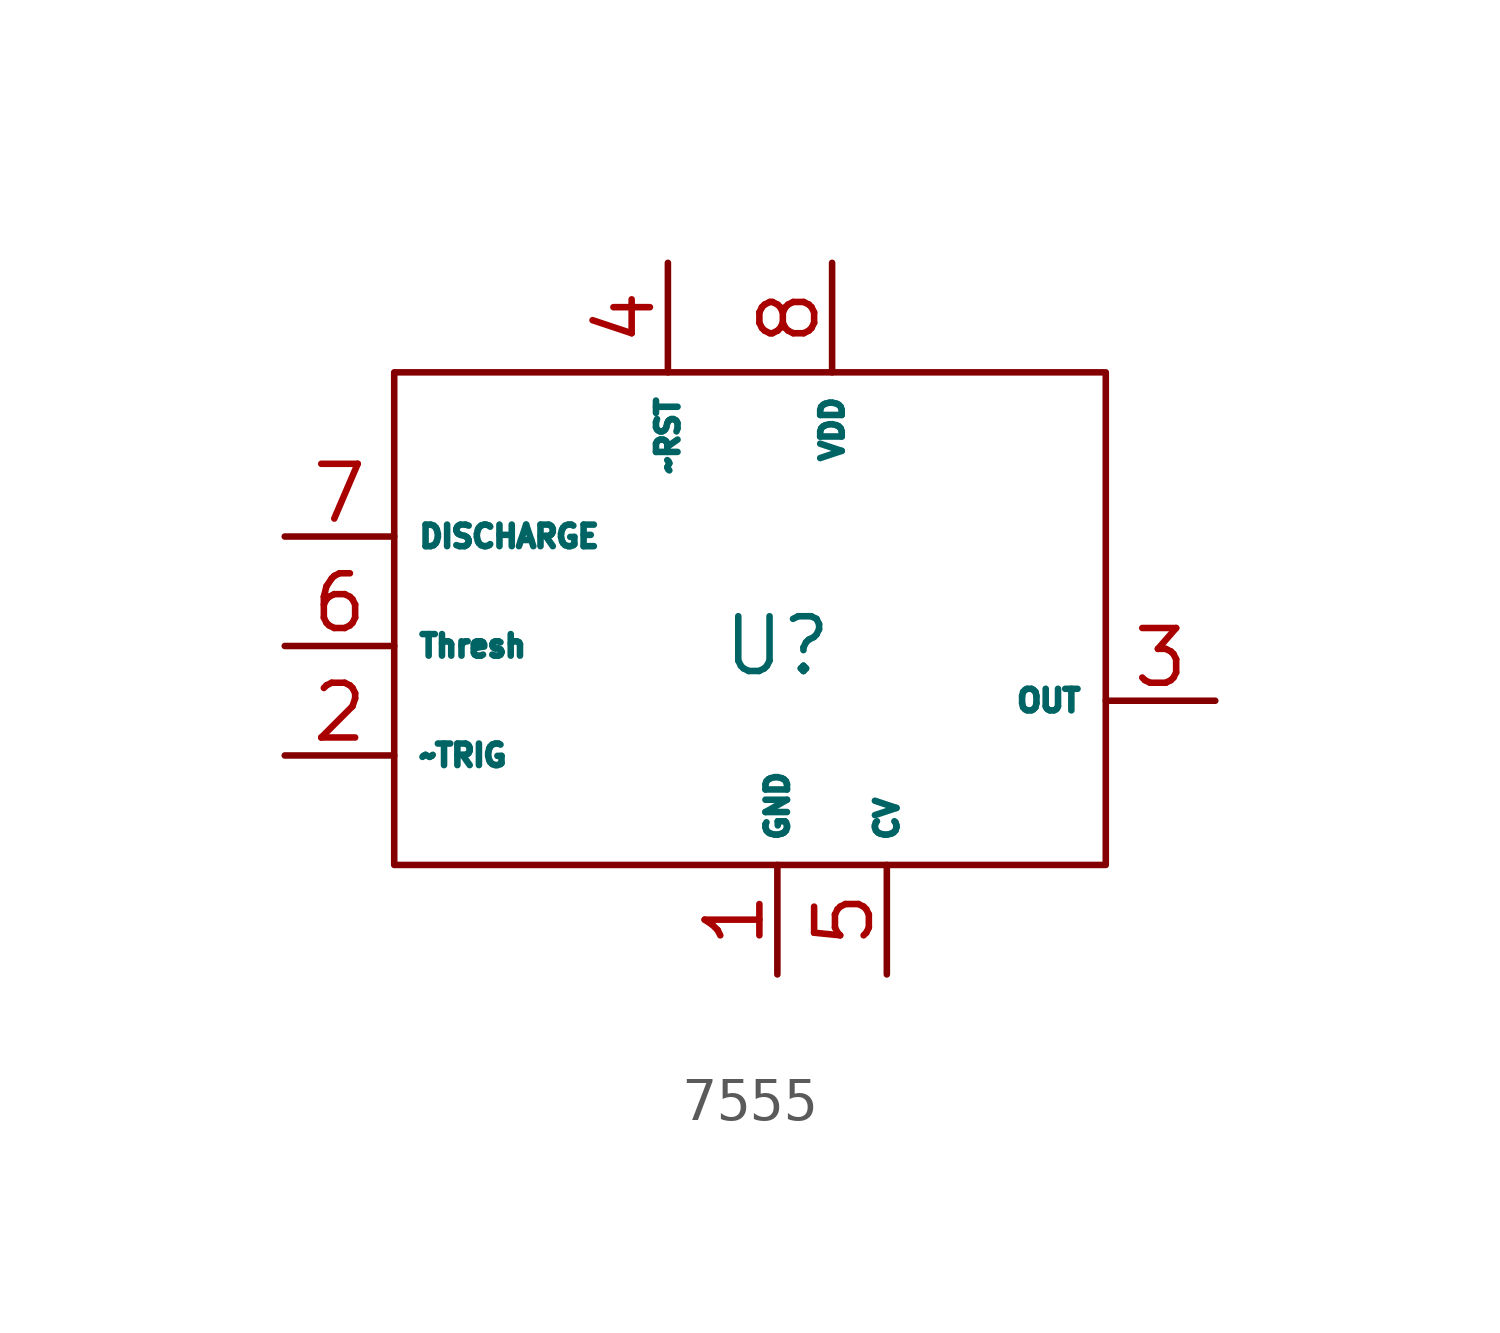
<source format=kicad_sym>
(kicad_symbol_lib
  (version 20220914)
  (generator kicad_symbol_editor)
  (symbol "7555"
    (property "Reference" "U"
      (at 0 0 0)
      (effects (font (size 1.27 1.27))))
    (property "Value" ""
      (at -2.54 2.54 0)
      (effects (font (size 1.27 1.27))))
    (symbol "7555_0_1"
      (rectangle (start -8.89 6.35) (end 7.62 -5.08) (stroke (width 0) (type default)) (fill (type none))))
    (symbol "7555_1_1"
      (pin input line (at 0 -7.62 90) (length 2.54) (name "GND" (effects (font (size 0.5 0.5)))) (number "1" (effects (font (size 1.27 1.27)))))
      (pin input line (at -11.43 -2.54 0) (length 2.54) (name "~TRIG" (effects (font (size 0.5 0.5)))) (number "2" (effects (font (size 1.27 1.27)))))
      (pin input line (at 10.16 -1.27 180) (length 2.54) (name "OUT" (effects (font (size 0.5 0.5)))) (number "3" (effects (font (size 1.27 1.27)))))
      (pin input line (at -2.54 8.89 270) (length 2.54) (name "~RST" (effects (font (size 0.5 0.5)))) (number "4" (effects (font (size 1.27 1.27)))))
      (pin input line (at 2.54 -7.62 90) (length 2.54) (name "CV" (effects (font (size 0.5 0.5)))) (number "5" (effects (font (size 1.27 1.27)))))
      (pin input line (at -11.43 0 0) (length 2.54) (name "Thresh" (effects (font (size 0.5 0.5)))) (number "6" (effects (font (size 1.27 1.27)))))
      (pin input line (at -11.43 2.54 0) (length 2.54) (name "DISCHARGE" (effects (font (size 0.5 0.5)))) (number "7" (effects (font (size 1.27 1.27)))))
      (pin input line (at 1.27 8.89 270) (length 2.54) (name "VDD" (effects (font (size 0.5 0.5)))) (number "8" (effects (font (size 1.27 1.27))))))))
</source>
